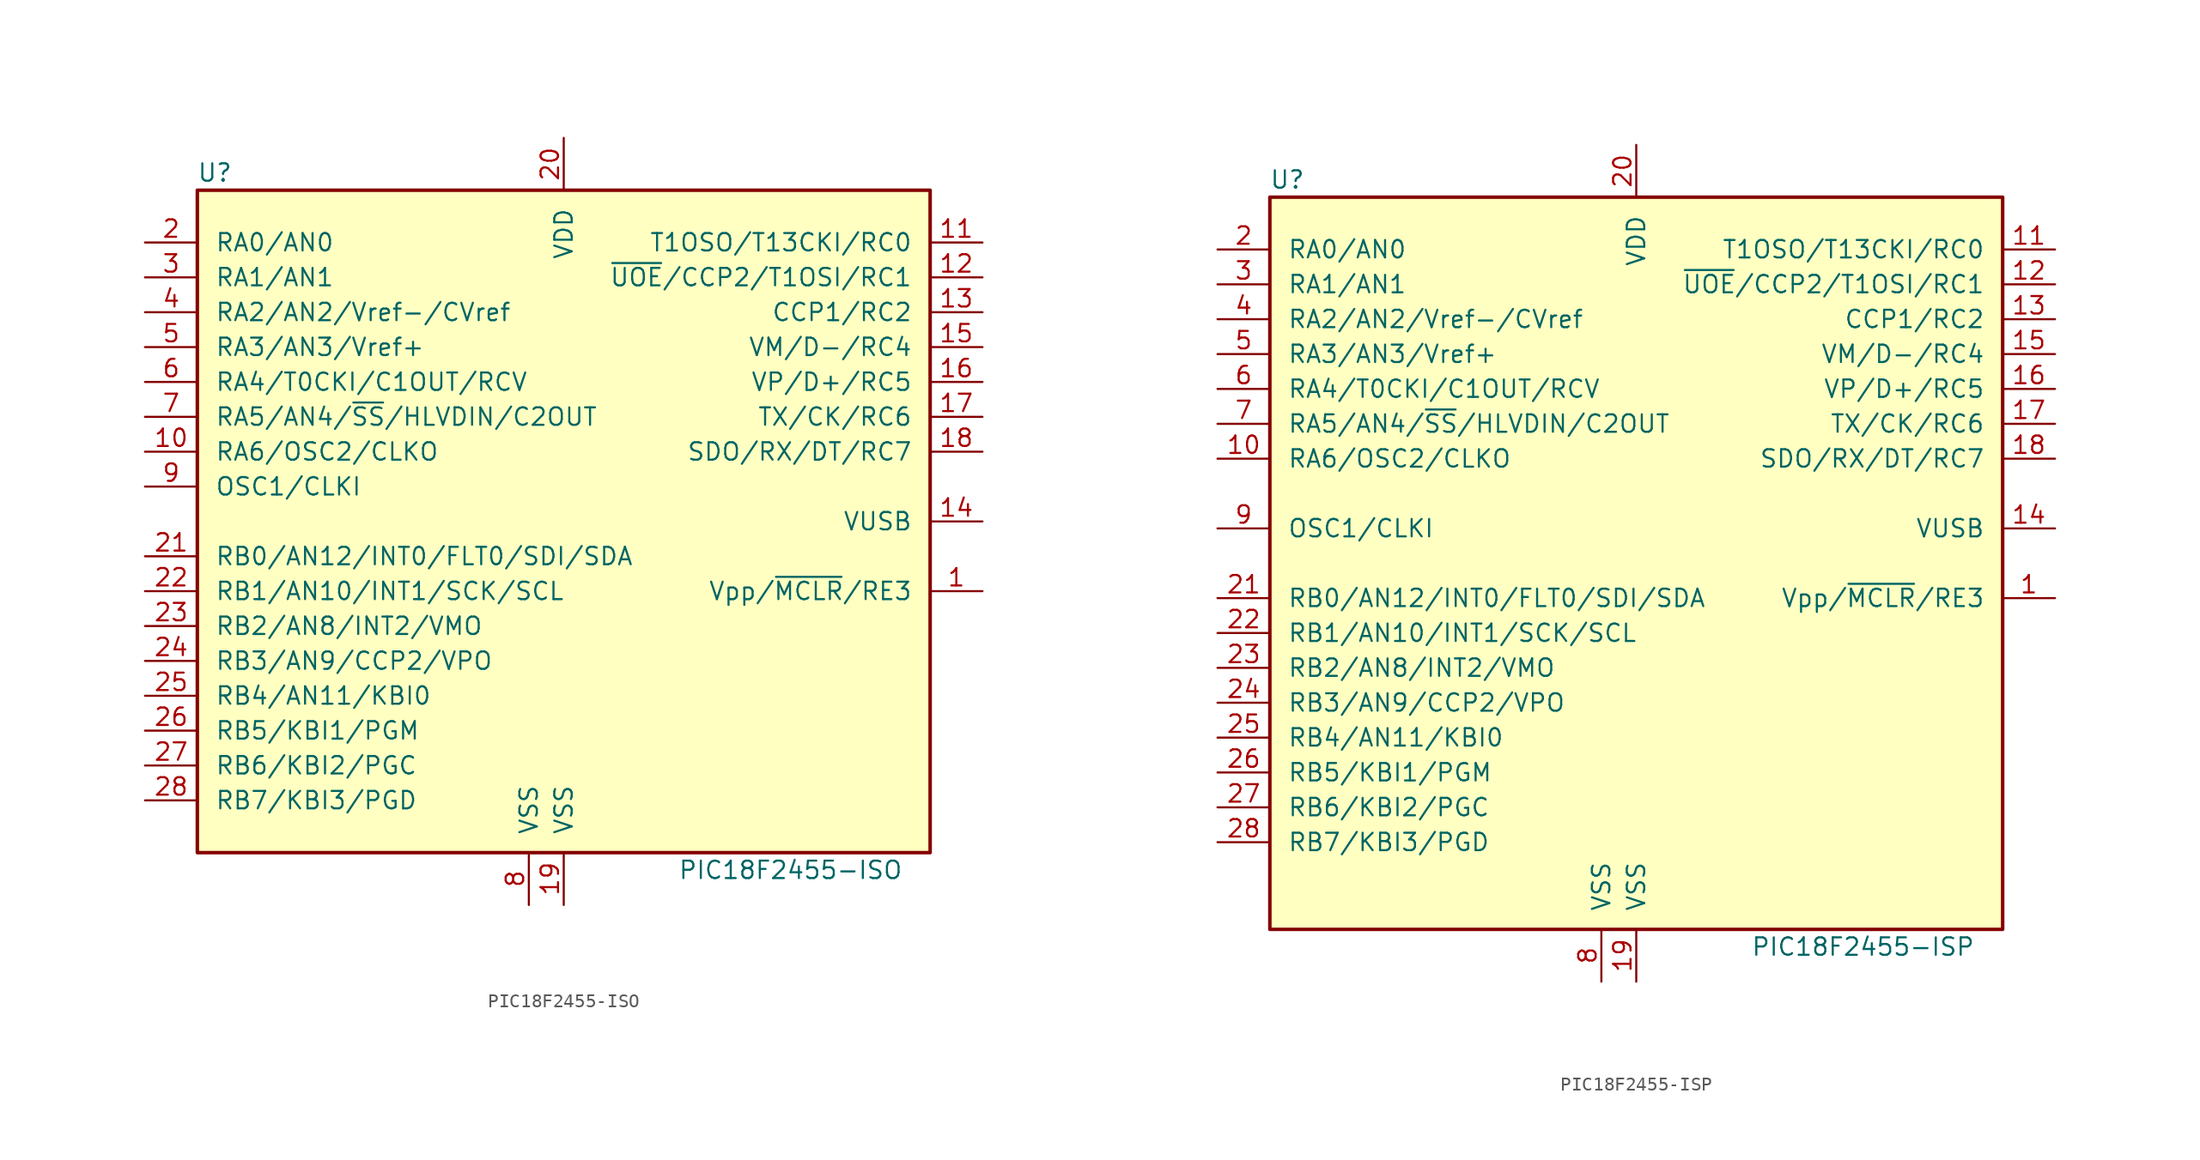
<source format=kicad_sym>
(kicad_symbol_lib
  (version 20201005)
  (generator kicad_symbol_editor)
  (symbol "MCU_Microchip_PIC18:PIC18F2455-ISO"
    (pin_names
      (offset 1.27))
    (property "Reference" "U"
      (at -25.4 25.4 0)
      (effects (font (size 1.27 1.27))))
    (property "Value" "PIC18F2455-ISO"
      (at 16.51 -25.4 0)
      (effects (font (size 1.27 1.27))))
    (symbol "PIC18F2455-ISO_0_1"
      (rectangle (start -26.67 24.13) (end 26.67 -24.13) (stroke (width 0.254)) (fill (type background))))
    (symbol "PIC18F2455-ISO_1_1"
      (pin input line (at 30.48 -5.08 180) (length 3.81) (name "Vpp/~MCLR~/RE3" (effects (font (size 1.27 1.27)))) (number "1" (effects (font (size 1.27 1.27)))))
      (pin output line (at -30.48 5.08 0) (length 3.81) (name "RA6/OSC2/CLKO" (effects (font (size 1.27 1.27)))) (number "10" (effects (font (size 1.27 1.27)))))
      (pin bidirectional line (at 30.48 20.32 180) (length 3.81) (name "T1OSO/T13CKI/RC0" (effects (font (size 1.27 1.27)))) (number "11" (effects (font (size 1.27 1.27)))))
      (pin bidirectional line (at 30.48 17.78 180) (length 3.81) (name "~UOE~/CCP2/T1OSI/RC1" (effects (font (size 1.27 1.27)))) (number "12" (effects (font (size 1.27 1.27)))))
      (pin bidirectional line (at 30.48 15.24 180) (length 3.81) (name "CCP1/RC2" (effects (font (size 1.27 1.27)))) (number "13" (effects (font (size 1.27 1.27)))))
      (pin bidirectional line (at 30.48 0 180) (length 3.81) (name "VUSB" (effects (font (size 1.27 1.27)))) (number "14" (effects (font (size 1.27 1.27)))))
      (pin bidirectional line (at 30.48 12.7 180) (length 3.81) (name "VM/D-/RC4" (effects (font (size 1.27 1.27)))) (number "15" (effects (font (size 1.27 1.27)))))
      (pin bidirectional line (at 30.48 10.16 180) (length 3.81) (name "VP/D+/RC5" (effects (font (size 1.27 1.27)))) (number "16" (effects (font (size 1.27 1.27)))))
      (pin bidirectional line (at 30.48 7.62 180) (length 3.81) (name "TX/CK/RC6" (effects (font (size 1.27 1.27)))) (number "17" (effects (font (size 1.27 1.27)))))
      (pin bidirectional line (at 30.48 5.08 180) (length 3.81) (name "SDO/RX/DT/RC7" (effects (font (size 1.27 1.27)))) (number "18" (effects (font (size 1.27 1.27)))))
      (pin power_in line (at 0 -27.94 90) (length 3.81) (name "VSS" (effects (font (size 1.27 1.27)))) (number "19" (effects (font (size 1.27 1.27)))))
      (pin bidirectional line (at -30.48 20.32 0) (length 3.81) (name "RA0/AN0" (effects (font (size 1.27 1.27)))) (number "2" (effects (font (size 1.27 1.27)))))
      (pin power_in line (at 0 27.94 270) (length 3.81) (name "VDD" (effects (font (size 1.27 1.27)))) (number "20" (effects (font (size 1.27 1.27)))))
      (pin bidirectional line (at -30.48 -2.54 0) (length 3.81) (name "RB0/AN12/INT0/FLT0/SDI/SDA" (effects (font (size 1.27 1.27)))) (number "21" (effects (font (size 1.27 1.27)))))
      (pin bidirectional line (at -30.48 -5.08 0) (length 3.81) (name "RB1/AN10/INT1/SCK/SCL" (effects (font (size 1.27 1.27)))) (number "22" (effects (font (size 1.27 1.27)))))
      (pin bidirectional line (at -30.48 -7.62 0) (length 3.81) (name "RB2/AN8/INT2/VMO" (effects (font (size 1.27 1.27)))) (number "23" (effects (font (size 1.27 1.27)))))
      (pin bidirectional line (at -30.48 -10.16 0) (length 3.81) (name "RB3/AN9/CCP2/VPO" (effects (font (size 1.27 1.27)))) (number "24" (effects (font (size 1.27 1.27)))))
      (pin bidirectional line (at -30.48 -12.7 0) (length 3.81) (name "RB4/AN11/KBI0" (effects (font (size 1.27 1.27)))) (number "25" (effects (font (size 1.27 1.27)))))
      (pin bidirectional line (at -30.48 -15.24 0) (length 3.81) (name "RB5/KBI1/PGM" (effects (font (size 1.27 1.27)))) (number "26" (effects (font (size 1.27 1.27)))))
      (pin bidirectional line (at -30.48 -17.78 0) (length 3.81) (name "RB6/KBI2/PGC" (effects (font (size 1.27 1.27)))) (number "27" (effects (font (size 1.27 1.27)))))
      (pin bidirectional line (at -30.48 -20.32 0) (length 3.81) (name "RB7/KBI3/PGD" (effects (font (size 1.27 1.27)))) (number "28" (effects (font (size 1.27 1.27)))))
      (pin bidirectional line (at -30.48 17.78 0) (length 3.81) (name "RA1/AN1" (effects (font (size 1.27 1.27)))) (number "3" (effects (font (size 1.27 1.27)))))
      (pin bidirectional line (at -30.48 15.24 0) (length 3.81) (name "RA2/AN2/Vref-/CVref" (effects (font (size 1.27 1.27)))) (number "4" (effects (font (size 1.27 1.27)))))
      (pin bidirectional line (at -30.48 12.7 0) (length 3.81) (name "RA3/AN3/Vref+" (effects (font (size 1.27 1.27)))) (number "5" (effects (font (size 1.27 1.27)))))
      (pin bidirectional line (at -30.48 10.16 0) (length 3.81) (name "RA4/T0CKI/C1OUT/RCV" (effects (font (size 1.27 1.27)))) (number "6" (effects (font (size 1.27 1.27)))))
      (pin bidirectional line (at -30.48 7.62 0) (length 3.81) (name "RA5/AN4/~SS~/HLVDIN/C2OUT" (effects (font (size 1.27 1.27)))) (number "7" (effects (font (size 1.27 1.27)))))
      (pin power_in line (at -2.54 -27.94 90) (length 3.81) (name "VSS" (effects (font (size 1.27 1.27)))) (number "8" (effects (font (size 1.27 1.27)))))
      (pin input line (at -30.48 2.54 0) (length 3.81) (name "OSC1/CLKI" (effects (font (size 1.27 1.27)))) (number "9" (effects (font (size 1.27 1.27)))))))
  (symbol "MCU_Microchip_PIC18:PIC18F2455-ISP"
    (pin_names
      (offset 1.27))
    (property "Reference" "U"
      (at -25.4 27.94 0)
      (effects (font (size 1.27 1.27))))
    (property "Value" "PIC18F2455-ISP"
      (at 16.51 -27.94 0)
      (effects (font (size 1.27 1.27))))
    (symbol "PIC18F2455-ISP_0_1"
      (rectangle (start -26.67 26.67) (end 26.67 -26.67) (stroke (width 0.254)) (fill (type background))))
    (symbol "PIC18F2455-ISP_1_1"
      (pin input line (at 30.48 -2.54 180) (length 3.81) (name "Vpp/~MCLR~/RE3" (effects (font (size 1.27 1.27)))) (number "1" (effects (font (size 1.27 1.27)))))
      (pin output line (at -30.48 7.62 0) (length 3.81) (name "RA6/OSC2/CLKO" (effects (font (size 1.27 1.27)))) (number "10" (effects (font (size 1.27 1.27)))))
      (pin bidirectional line (at 30.48 22.86 180) (length 3.81) (name "T1OSO/T13CKI/RC0" (effects (font (size 1.27 1.27)))) (number "11" (effects (font (size 1.27 1.27)))))
      (pin bidirectional line (at 30.48 20.32 180) (length 3.81) (name "~UOE~/CCP2/T1OSI/RC1" (effects (font (size 1.27 1.27)))) (number "12" (effects (font (size 1.27 1.27)))))
      (pin bidirectional line (at 30.48 17.78 180) (length 3.81) (name "CCP1/RC2" (effects (font (size 1.27 1.27)))) (number "13" (effects (font (size 1.27 1.27)))))
      (pin bidirectional line (at 30.48 2.54 180) (length 3.81) (name "VUSB" (effects (font (size 1.27 1.27)))) (number "14" (effects (font (size 1.27 1.27)))))
      (pin bidirectional line (at 30.48 15.24 180) (length 3.81) (name "VM/D-/RC4" (effects (font (size 1.27 1.27)))) (number "15" (effects (font (size 1.27 1.27)))))
      (pin bidirectional line (at 30.48 12.7 180) (length 3.81) (name "VP/D+/RC5" (effects (font (size 1.27 1.27)))) (number "16" (effects (font (size 1.27 1.27)))))
      (pin bidirectional line (at 30.48 10.16 180) (length 3.81) (name "TX/CK/RC6" (effects (font (size 1.27 1.27)))) (number "17" (effects (font (size 1.27 1.27)))))
      (pin bidirectional line (at 30.48 7.62 180) (length 3.81) (name "SDO/RX/DT/RC7" (effects (font (size 1.27 1.27)))) (number "18" (effects (font (size 1.27 1.27)))))
      (pin power_in line (at 0 -30.48 90) (length 3.81) (name "VSS" (effects (font (size 1.27 1.27)))) (number "19" (effects (font (size 1.27 1.27)))))
      (pin bidirectional line (at -30.48 22.86 0) (length 3.81) (name "RA0/AN0" (effects (font (size 1.27 1.27)))) (number "2" (effects (font (size 1.27 1.27)))))
      (pin power_in line (at 0 30.48 270) (length 3.81) (name "VDD" (effects (font (size 1.27 1.27)))) (number "20" (effects (font (size 1.27 1.27)))))
      (pin bidirectional line (at -30.48 -2.54 0) (length 3.81) (name "RB0/AN12/INT0/FLT0/SDI/SDA" (effects (font (size 1.27 1.27)))) (number "21" (effects (font (size 1.27 1.27)))))
      (pin bidirectional line (at -30.48 -5.08 0) (length 3.81) (name "RB1/AN10/INT1/SCK/SCL" (effects (font (size 1.27 1.27)))) (number "22" (effects (font (size 1.27 1.27)))))
      (pin bidirectional line (at -30.48 -7.62 0) (length 3.81) (name "RB2/AN8/INT2/VMO" (effects (font (size 1.27 1.27)))) (number "23" (effects (font (size 1.27 1.27)))))
      (pin bidirectional line (at -30.48 -10.16 0) (length 3.81) (name "RB3/AN9/CCP2/VPO" (effects (font (size 1.27 1.27)))) (number "24" (effects (font (size 1.27 1.27)))))
      (pin bidirectional line (at -30.48 -12.7 0) (length 3.81) (name "RB4/AN11/KBI0" (effects (font (size 1.27 1.27)))) (number "25" (effects (font (size 1.27 1.27)))))
      (pin bidirectional line (at -30.48 -15.24 0) (length 3.81) (name "RB5/KBI1/PGM" (effects (font (size 1.27 1.27)))) (number "26" (effects (font (size 1.27 1.27)))))
      (pin bidirectional line (at -30.48 -17.78 0) (length 3.81) (name "RB6/KBI2/PGC" (effects (font (size 1.27 1.27)))) (number "27" (effects (font (size 1.27 1.27)))))
      (pin bidirectional line (at -30.48 -20.32 0) (length 3.81) (name "RB7/KBI3/PGD" (effects (font (size 1.27 1.27)))) (number "28" (effects (font (size 1.27 1.27)))))
      (pin bidirectional line (at -30.48 20.32 0) (length 3.81) (name "RA1/AN1" (effects (font (size 1.27 1.27)))) (number "3" (effects (font (size 1.27 1.27)))))
      (pin bidirectional line (at -30.48 17.78 0) (length 3.81) (name "RA2/AN2/Vref-/CVref" (effects (font (size 1.27 1.27)))) (number "4" (effects (font (size 1.27 1.27)))))
      (pin bidirectional line (at -30.48 15.24 0) (length 3.81) (name "RA3/AN3/Vref+" (effects (font (size 1.27 1.27)))) (number "5" (effects (font (size 1.27 1.27)))))
      (pin bidirectional line (at -30.48 12.7 0) (length 3.81) (name "RA4/T0CKI/C1OUT/RCV" (effects (font (size 1.27 1.27)))) (number "6" (effects (font (size 1.27 1.27)))))
      (pin bidirectional line (at -30.48 10.16 0) (length 3.81) (name "RA5/AN4/~SS~/HLVDIN/C2OUT" (effects (font (size 1.27 1.27)))) (number "7" (effects (font (size 1.27 1.27)))))
      (pin power_in line (at -2.54 -30.48 90) (length 3.81) (name "VSS" (effects (font (size 1.27 1.27)))) (number "8" (effects (font (size 1.27 1.27)))))
      (pin input line (at -30.48 2.54 0) (length 3.81) (name "OSC1/CLKI" (effects (font (size 1.27 1.27)))) (number "9" (effects (font (size 1.27 1.27))))))))
</source>
